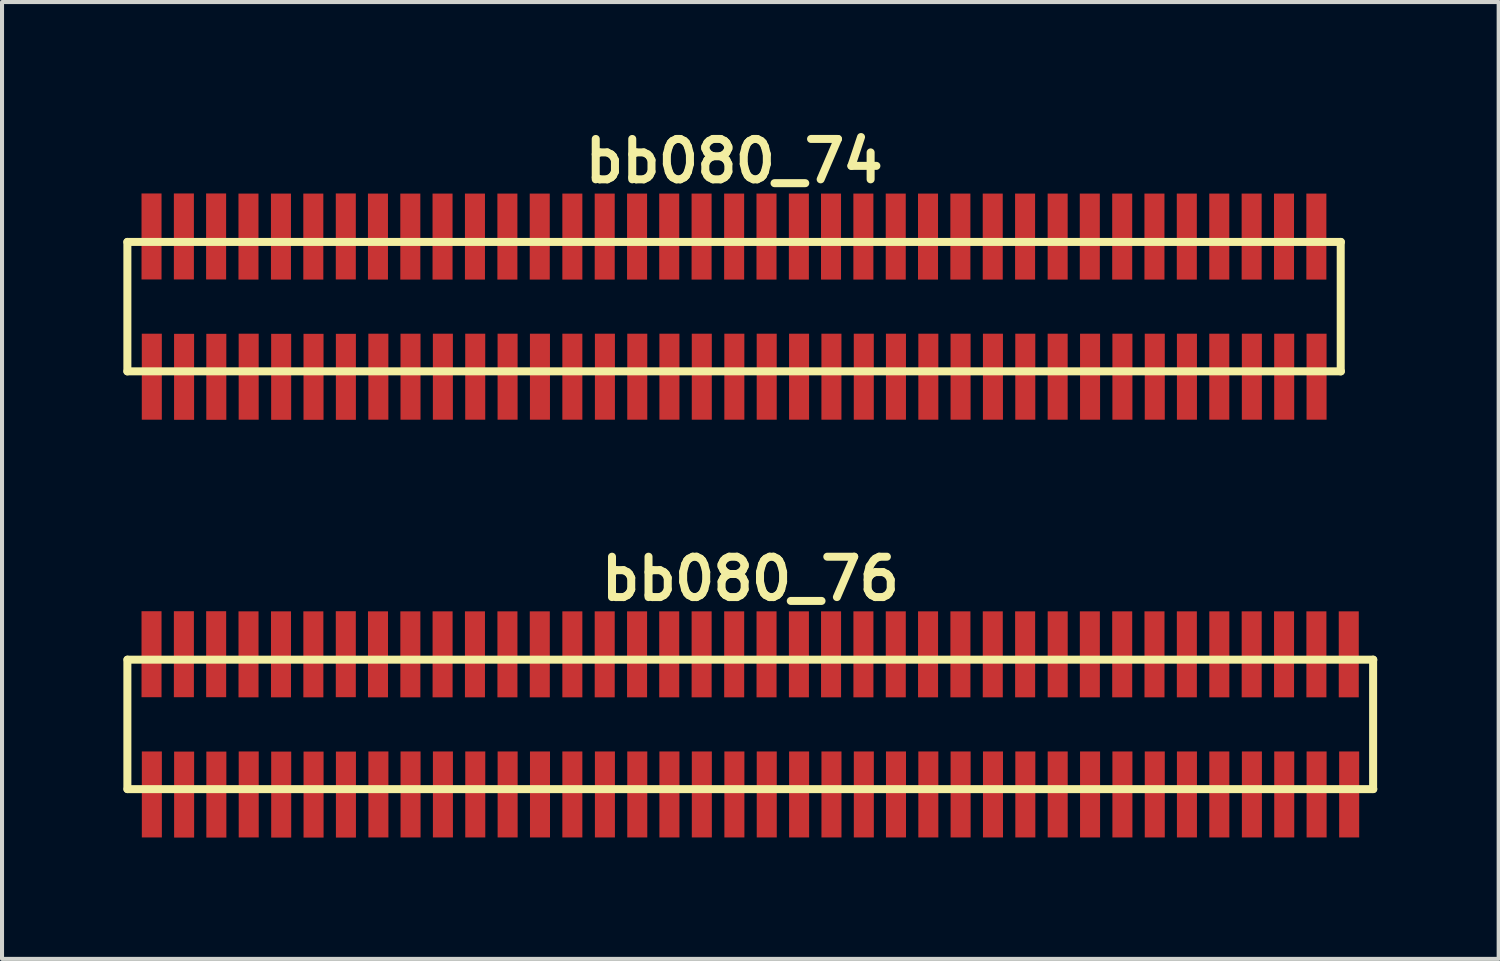
<source format=kicad_pcb>
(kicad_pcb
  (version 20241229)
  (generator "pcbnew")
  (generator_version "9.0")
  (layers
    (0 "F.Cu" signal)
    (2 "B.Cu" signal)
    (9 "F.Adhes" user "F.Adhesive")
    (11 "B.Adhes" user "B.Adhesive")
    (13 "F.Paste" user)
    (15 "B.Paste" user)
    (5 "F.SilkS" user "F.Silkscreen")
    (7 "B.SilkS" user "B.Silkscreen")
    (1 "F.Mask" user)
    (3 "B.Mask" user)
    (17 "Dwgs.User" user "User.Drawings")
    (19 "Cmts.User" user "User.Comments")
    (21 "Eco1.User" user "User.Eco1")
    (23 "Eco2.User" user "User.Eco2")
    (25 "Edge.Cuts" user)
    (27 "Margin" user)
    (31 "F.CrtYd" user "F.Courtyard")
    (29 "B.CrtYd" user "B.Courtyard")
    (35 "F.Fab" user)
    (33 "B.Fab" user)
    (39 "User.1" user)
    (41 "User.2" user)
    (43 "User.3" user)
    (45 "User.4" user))
  (footprint "bb080_76"
    (layer "F.Cu")
    (at 15.502 14.859)
    (property "Reference" "bb080_76" (at 0 -3.599 0) (layer "F.SilkS") (effects (font (size 0.998 0.998) (thickness 0.198))))
    (attr smd)
    (fp_line (start -15.403 -1.6) (end -15.403 1.6) (stroke (width 0.198) (type solid)) (layer "F.SilkS"))
    (fp_line (start -15.4 1.6) (end 15.4 1.6) (stroke (width 0.198) (type solid)) (layer "F.SilkS"))
    (fp_line (start 15.395 1.6) (end 15.395 -1.6) (stroke (width 0.198) (type solid)) (layer "F.SilkS"))
    (fp_line (start 15.4 -1.6) (end -15.4 -1.6) (stroke (width 0.198) (type solid)) (layer "F.SilkS"))
    (pad "1" smd rect (at -14.798 1.732) (size 0.495 2.126) (layers "F.Cu" "F.Mask" "F.Paste"))
    (pad "2" smd rect (at -14.806 -1.735) (size 0.495 2.126) (layers "F.Cu" "F.Mask" "F.Paste"))
    (pad "3" smd rect (at -14 1.735) (size 0.495 2.126) (layers "F.Cu" "F.Mask" "F.Paste"))
    (pad "4" smd rect (at -14.006 -1.735) (size 0.495 2.126) (layers "F.Cu" "F.Mask" "F.Paste"))
    (pad "5" smd rect (at -13.203 1.735) (size 0.495 2.126) (layers "F.Cu" "F.Mask" "F.Paste"))
    (pad "6" smd rect (at -13.208 -1.735) (size 0.495 2.126) (layers "F.Cu" "F.Mask" "F.Paste"))
    (pad "7" smd rect (at -12.403 1.732) (size 0.495 2.126) (layers "F.Cu" "F.Mask" "F.Paste"))
    (pad "8" smd rect (at -12.408 -1.732) (size 0.495 2.126) (layers "F.Cu" "F.Mask" "F.Paste"))
    (pad "9" smd rect (at -11.6 1.735) (size 0.495 2.126) (layers "F.Cu" "F.Mask" "F.Paste"))
    (pad "10" smd rect (at -11.605 -1.732) (size 0.495 2.126) (layers "F.Cu" "F.Mask" "F.Paste"))
    (pad "11" smd rect (at -10.8 1.735) (size 0.495 2.126) (layers "F.Cu" "F.Mask" "F.Paste"))
    (pad "12" smd rect (at -10.805 -1.732) (size 0.495 2.126) (layers "F.Cu" "F.Mask" "F.Paste"))
    (pad "13" smd rect (at -10 1.735) (size 0.495 2.126) (layers "F.Cu" "F.Mask" "F.Paste"))
    (pad "14" smd rect (at -10.003 -1.735) (size 0.495 2.126) (layers "F.Cu" "F.Mask" "F.Paste"))
    (pad "15" smd rect (at -9.197 1.732) (size 0.495 2.126) (layers "F.Cu" "F.Mask" "F.Paste"))
    (pad "16" smd rect (at -9.207 -1.732) (size 0.495 2.126) (layers "F.Cu" "F.Mask" "F.Paste"))
    (pad "17" smd rect (at -8.402 1.732) (size 0.495 2.126) (layers "F.Cu" "F.Mask" "F.Paste"))
    (pad "18" smd rect (at -8.407 -1.732) (size 0.495 2.126) (layers "F.Cu" "F.Mask" "F.Paste"))
    (pad "19" smd rect (at -7.602 1.732) (size 0.495 2.126) (layers "F.Cu" "F.Mask" "F.Paste"))
    (pad "20" smd rect (at -7.61 -1.732) (size 0.495 2.126) (layers "F.Cu" "F.Mask" "F.Paste"))
    (pad "21" smd rect (at -6.802 1.732) (size 0.495 2.126) (layers "F.Cu" "F.Mask" "F.Paste"))
    (pad "22" smd rect (at -6.81 -1.732) (size 0.495 2.126) (layers "F.Cu" "F.Mask" "F.Paste"))
    (pad "23" smd rect (at -6.002 1.732) (size 0.495 2.126) (layers "F.Cu" "F.Mask" "F.Paste"))
    (pad "24" smd rect (at -6.007 -1.732) (size 0.495 2.126) (layers "F.Cu" "F.Mask" "F.Paste"))
    (pad "25" smd rect (at -5.202 1.732) (size 0.495 2.126) (layers "F.Cu" "F.Mask" "F.Paste"))
    (pad "26" smd rect (at -5.207 -1.732) (size 0.495 2.126) (layers "F.Cu" "F.Mask" "F.Paste"))
    (pad "27" smd rect (at -4.402 1.732) (size 0.495 2.126) (layers "F.Cu" "F.Mask" "F.Paste"))
    (pad "28" smd rect (at -4.402 -1.732) (size 0.495 2.126) (layers "F.Cu" "F.Mask" "F.Paste"))
    (pad "29" smd rect (at -3.597 1.732) (size 0.495 2.126) (layers "F.Cu" "F.Mask" "F.Paste"))
    (pad "30" smd rect (at -3.602 -1.732) (size 0.495 2.126) (layers "F.Cu" "F.Mask" "F.Paste"))
    (pad "31" smd rect (at -2.797 1.732) (size 0.495 2.126) (layers "F.Cu" "F.Mask" "F.Paste"))
    (pad "32" smd rect (at -2.802 -1.732) (size 0.495 2.126) (layers "F.Cu" "F.Mask" "F.Paste"))
    (pad "33" smd rect (at -2.002 1.732) (size 0.495 2.126) (layers "F.Cu" "F.Mask" "F.Paste"))
    (pad "34" smd rect (at -2.007 -1.732) (size 0.495 2.126) (layers "F.Cu" "F.Mask" "F.Paste"))
    (pad "35" smd rect (at -1.201 1.732) (size 0.495 2.126) (layers "F.Cu" "F.Mask" "F.Paste"))
    (pad "36" smd rect (at -1.206 -1.732) (size 0.495 2.126) (layers "F.Cu" "F.Mask" "F.Paste"))
    (pad "37" smd rect (at -0.396 1.732) (size 0.495 2.126) (layers "F.Cu" "F.Mask" "F.Paste"))
    (pad "38" smd rect (at -0.401 -1.732) (size 0.495 2.126) (layers "F.Cu" "F.Mask" "F.Paste"))
    (pad "39" smd rect (at 0.404 1.732) (size 0.495 2.126) (layers "F.Cu" "F.Mask" "F.Paste"))
    (pad "40" smd rect (at 0.399 -1.732) (size 0.495 2.126) (layers "F.Cu" "F.Mask" "F.Paste"))
    (pad "41" smd rect (at 1.204 1.732) (size 0.495 2.126) (layers "F.Cu" "F.Mask" "F.Paste"))
    (pad "42" smd rect (at 1.199 -1.732) (size 0.495 2.126) (layers "F.Cu" "F.Mask" "F.Paste"))
    (pad "43" smd rect (at 2.004 1.732) (size 0.495 2.126) (layers "F.Cu" "F.Mask" "F.Paste"))
    (pad "44" smd rect (at 1.994 -1.732) (size 0.495 2.126) (layers "F.Cu" "F.Mask" "F.Paste"))
    (pad "45" smd rect (at 2.804 1.732) (size 0.495 2.126) (layers "F.Cu" "F.Mask" "F.Paste"))
    (pad "46" smd rect (at 2.794 -1.732) (size 0.495 2.126) (layers "F.Cu" "F.Mask" "F.Paste"))
    (pad "47" smd rect (at 3.599 1.732) (size 0.495 2.126) (layers "F.Cu" "F.Mask" "F.Paste"))
    (pad "48" smd rect (at 3.594 -1.732) (size 0.495 2.126) (layers "F.Cu" "F.Mask" "F.Paste"))
    (pad "49" smd rect (at 4.399 1.732) (size 0.495 2.126) (layers "F.Cu" "F.Mask" "F.Paste"))
    (pad "50" smd rect (at 4.392 -1.732) (size 0.495 2.126) (layers "F.Cu" "F.Mask" "F.Paste"))
    (pad "51" smd rect (at 5.197 1.732) (size 0.495 2.126) (layers "F.Cu" "F.Mask" "F.Paste"))
    (pad "52" smd rect (at 5.192 -1.732) (size 0.495 2.126) (layers "F.Cu" "F.Mask" "F.Paste"))
    (pad "53" smd rect (at 5.997 1.732) (size 0.495 2.126) (layers "F.Cu" "F.Mask" "F.Paste"))
    (pad "54" smd rect (at 5.992 -1.732) (size 0.495 2.126) (layers "F.Cu" "F.Mask" "F.Paste"))
    (pad "55" smd rect (at 6.797 1.732) (size 0.495 2.126) (layers "F.Cu" "F.Mask" "F.Paste"))
    (pad "56" smd rect (at 6.792 -1.732) (size 0.495 2.126) (layers "F.Cu" "F.Mask" "F.Paste"))
    (pad "57" smd rect (at 7.597 1.732) (size 0.495 2.126) (layers "F.Cu" "F.Mask" "F.Paste"))
    (pad "58" smd rect (at 7.597 -1.732) (size 0.495 2.126) (layers "F.Cu" "F.Mask" "F.Paste"))
    (pad "59" smd rect (at 8.397 1.732) (size 0.495 2.126) (layers "F.Cu" "F.Mask" "F.Paste"))
    (pad "60" smd rect (at 8.392 -1.732) (size 0.495 2.126) (layers "F.Cu" "F.Mask" "F.Paste"))
    (pad "61" smd rect (at 9.197 1.732) (size 0.495 2.126) (layers "F.Cu" "F.Mask" "F.Paste"))
    (pad "62" smd rect (at 9.192 -1.732) (size 0.495 2.126) (layers "F.Cu" "F.Mask" "F.Paste"))
    (pad "63" smd rect (at 9.997 1.732) (size 0.495 2.126) (layers "F.Cu" "F.Mask" "F.Paste"))
    (pad "64" smd rect (at 9.99 -1.732) (size 0.495 2.126) (layers "F.Cu" "F.Mask" "F.Paste"))
    (pad "65" smd rect (at 10.792 1.732) (size 0.495 2.126) (layers "F.Cu" "F.Mask" "F.Paste"))
    (pad "66" smd rect (at 10.79 -1.732) (size 0.495 2.126) (layers "F.Cu" "F.Mask" "F.Paste"))
    (pad "67" smd rect (at 11.593 1.732) (size 0.495 2.126) (layers "F.Cu" "F.Mask" "F.Paste"))
    (pad "68" smd rect (at 11.593 -1.732) (size 0.495 2.126) (layers "F.Cu" "F.Mask" "F.Paste"))
    (pad "69" smd rect (at 12.398 1.732) (size 0.495 2.126) (layers "F.Cu" "F.Mask" "F.Paste"))
    (pad "70" smd rect (at 12.393 -1.732) (size 0.495 2.126) (layers "F.Cu" "F.Mask" "F.Paste"))
    (pad "71" smd rect (at 13.198 1.732) (size 0.495 2.126) (layers "F.Cu" "F.Mask" "F.Paste"))
    (pad "72" smd rect (at 13.193 -1.732) (size 0.495 2.126) (layers "F.Cu" "F.Mask" "F.Paste"))
    (pad "73" smd rect (at 13.998 1.732) (size 0.495 2.126) (layers "F.Cu" "F.Mask" "F.Paste"))
    (pad "74" smd rect (at 13.993 -1.732) (size 0.495 2.126) (layers "F.Cu" "F.Mask" "F.Paste"))
    (pad "75" smd rect (at 14.803 1.732) (size 0.495 2.126) (layers "F.Cu" "F.Mask" "F.Paste"))
    (pad "76" smd rect (at 14.793 -1.732) (size 0.495 2.126) (layers "F.Cu" "F.Mask" "F.Paste")))
  (footprint "bb080_74"
    (layer "F.Cu")
    (at 15.1 4.531)
    (property "Reference" "bb080_74" (at 0 -3.599 0) (layer "F.SilkS") (effects (font (size 0.998 0.998) (thickness 0.198))))
    (attr smd)
    (fp_line (start -15.001 -1.6) (end -15.001 1.6) (stroke (width 0.198) (type solid)) (layer "F.SilkS"))
    (fp_line (start -15.001 -1.6) (end 15.001 -1.6) (stroke (width 0.198) (type solid)) (layer "F.SilkS"))
    (fp_line (start 14.996 1.6) (end 14.996 -1.6) (stroke (width 0.198) (type solid)) (layer "F.SilkS"))
    (fp_line (start 15.001 1.6) (end -15.001 1.6) (stroke (width 0.198) (type solid)) (layer "F.SilkS"))
    (pad "1" smd rect (at -14.397 1.732) (size 0.495 2.126) (layers "F.Cu" "F.Mask" "F.Paste"))
    (pad "2" smd rect (at -14.404 -1.735) (size 0.495 2.126) (layers "F.Cu" "F.Mask" "F.Paste"))
    (pad "3" smd rect (at -13.599 1.735) (size 0.495 2.126) (layers "F.Cu" "F.Mask" "F.Paste"))
    (pad "4" smd rect (at -13.604 -1.735) (size 0.495 2.126) (layers "F.Cu" "F.Mask" "F.Paste"))
    (pad "5" smd rect (at -12.802 1.735) (size 0.495 2.126) (layers "F.Cu" "F.Mask" "F.Paste"))
    (pad "6" smd rect (at -12.807 -1.735) (size 0.495 2.126) (layers "F.Cu" "F.Mask" "F.Paste"))
    (pad "7" smd rect (at -12.002 1.732) (size 0.495 2.126) (layers "F.Cu" "F.Mask" "F.Paste"))
    (pad "8" smd rect (at -12.007 -1.732) (size 0.495 2.126) (layers "F.Cu" "F.Mask" "F.Paste"))
    (pad "9" smd rect (at -11.199 1.735) (size 0.495 2.126) (layers "F.Cu" "F.Mask" "F.Paste"))
    (pad "10" smd rect (at -11.204 -1.732) (size 0.495 2.126) (layers "F.Cu" "F.Mask" "F.Paste"))
    (pad "11" smd rect (at -10.399 1.735) (size 0.495 2.126) (layers "F.Cu" "F.Mask" "F.Paste"))
    (pad "12" smd rect (at -10.404 -1.732) (size 0.495 2.126) (layers "F.Cu" "F.Mask" "F.Paste"))
    (pad "13" smd rect (at -9.599 1.735) (size 0.495 2.126) (layers "F.Cu" "F.Mask" "F.Paste"))
    (pad "14" smd rect (at -9.601 -1.735) (size 0.495 2.126) (layers "F.Cu" "F.Mask" "F.Paste"))
    (pad "15" smd rect (at -8.796 1.732) (size 0.495 2.126) (layers "F.Cu" "F.Mask" "F.Paste"))
    (pad "16" smd rect (at -8.806 -1.732) (size 0.495 2.126) (layers "F.Cu" "F.Mask" "F.Paste"))
    (pad "17" smd rect (at -8.001 1.732) (size 0.495 2.126) (layers "F.Cu" "F.Mask" "F.Paste"))
    (pad "18" smd rect (at -8.006 -1.732) (size 0.495 2.126) (layers "F.Cu" "F.Mask" "F.Paste"))
    (pad "19" smd rect (at -7.201 1.732) (size 0.495 2.126) (layers "F.Cu" "F.Mask" "F.Paste"))
    (pad "20" smd rect (at -7.209 -1.732) (size 0.495 2.126) (layers "F.Cu" "F.Mask" "F.Paste"))
    (pad "21" smd rect (at -6.401 1.732) (size 0.495 2.126) (layers "F.Cu" "F.Mask" "F.Paste"))
    (pad "22" smd rect (at -6.408 -1.732) (size 0.495 2.126) (layers "F.Cu" "F.Mask" "F.Paste"))
    (pad "23" smd rect (at -5.601 1.732) (size 0.495 2.126) (layers "F.Cu" "F.Mask" "F.Paste"))
    (pad "24" smd rect (at -5.606 -1.732) (size 0.495 2.126) (layers "F.Cu" "F.Mask" "F.Paste"))
    (pad "25" smd rect (at -4.801 1.732) (size 0.495 2.126) (layers "F.Cu" "F.Mask" "F.Paste"))
    (pad "26" smd rect (at -4.806 -1.732) (size 0.495 2.126) (layers "F.Cu" "F.Mask" "F.Paste"))
    (pad "27" smd rect (at -4 1.732) (size 0.495 2.126) (layers "F.Cu" "F.Mask" "F.Paste"))
    (pad "28" smd rect (at -4 -1.732) (size 0.495 2.126) (layers "F.Cu" "F.Mask" "F.Paste"))
    (pad "29" smd rect (at -3.195 1.732) (size 0.495 2.126) (layers "F.Cu" "F.Mask" "F.Paste"))
    (pad "30" smd rect (at -3.2 -1.732) (size 0.495 2.126) (layers "F.Cu" "F.Mask" "F.Paste"))
    (pad "31" smd rect (at -2.395 1.732) (size 0.495 2.126) (layers "F.Cu" "F.Mask" "F.Paste"))
    (pad "32" smd rect (at -2.4 -1.732) (size 0.495 2.126) (layers "F.Cu" "F.Mask" "F.Paste"))
    (pad "33" smd rect (at -1.6 1.732) (size 0.495 2.126) (layers "F.Cu" "F.Mask" "F.Paste"))
    (pad "34" smd rect (at -1.605 -1.732) (size 0.495 2.126) (layers "F.Cu" "F.Mask" "F.Paste"))
    (pad "35" smd rect (at -0.8 1.732) (size 0.495 2.126) (layers "F.Cu" "F.Mask" "F.Paste"))
    (pad "36" smd rect (at -0.805 -1.732) (size 0.495 2.126) (layers "F.Cu" "F.Mask" "F.Paste"))
    (pad "37" smd rect (at 0.005 1.732) (size 0.495 2.126) (layers "F.Cu" "F.Mask" "F.Paste"))
    (pad "38" smd rect (at 0 -1.732) (size 0.495 2.126) (layers "F.Cu" "F.Mask" "F.Paste"))
    (pad "39" smd rect (at 0.805 1.732) (size 0.495 2.126) (layers "F.Cu" "F.Mask" "F.Paste"))
    (pad "40" smd rect (at 0.8 -1.732) (size 0.495 2.126) (layers "F.Cu" "F.Mask" "F.Paste"))
    (pad "41" smd rect (at 1.605 1.732) (size 0.495 2.126) (layers "F.Cu" "F.Mask" "F.Paste"))
    (pad "42" smd rect (at 1.6 -1.732) (size 0.495 2.126) (layers "F.Cu" "F.Mask" "F.Paste"))
    (pad "43" smd rect (at 2.405 1.732) (size 0.495 2.126) (layers "F.Cu" "F.Mask" "F.Paste"))
    (pad "44" smd rect (at 2.395 -1.732) (size 0.495 2.126) (layers "F.Cu" "F.Mask" "F.Paste"))
    (pad "45" smd rect (at 3.205 1.732) (size 0.495 2.126) (layers "F.Cu" "F.Mask" "F.Paste"))
    (pad "46" smd rect (at 3.195 -1.732) (size 0.495 2.126) (layers "F.Cu" "F.Mask" "F.Paste"))
    (pad "47" smd rect (at 4 1.732) (size 0.495 2.126) (layers "F.Cu" "F.Mask" "F.Paste"))
    (pad "48" smd rect (at 3.995 -1.732) (size 0.495 2.126) (layers "F.Cu" "F.Mask" "F.Paste"))
    (pad "49" smd rect (at 4.801 1.732) (size 0.495 2.126) (layers "F.Cu" "F.Mask" "F.Paste"))
    (pad "50" smd rect (at 4.793 -1.732) (size 0.495 2.126) (layers "F.Cu" "F.Mask" "F.Paste"))
    (pad "51" smd rect (at 5.598 1.732) (size 0.495 2.126) (layers "F.Cu" "F.Mask" "F.Paste"))
    (pad "52" smd rect (at 5.593 -1.732) (size 0.495 2.126) (layers "F.Cu" "F.Mask" "F.Paste"))
    (pad "53" smd rect (at 6.398 1.732) (size 0.495 2.126) (layers "F.Cu" "F.Mask" "F.Paste"))
    (pad "54" smd rect (at 6.393 -1.732) (size 0.495 2.126) (layers "F.Cu" "F.Mask" "F.Paste"))
    (pad "55" smd rect (at 7.198 1.732) (size 0.495 2.126) (layers "F.Cu" "F.Mask" "F.Paste"))
    (pad "56" smd rect (at 7.193 -1.732) (size 0.495 2.126) (layers "F.Cu" "F.Mask" "F.Paste"))
    (pad "57" smd rect (at 7.998 1.732) (size 0.495 2.126) (layers "F.Cu" "F.Mask" "F.Paste"))
    (pad "58" smd rect (at 7.998 -1.732) (size 0.495 2.126) (layers "F.Cu" "F.Mask" "F.Paste"))
    (pad "59" smd rect (at 8.799 1.732) (size 0.495 2.126) (layers "F.Cu" "F.Mask" "F.Paste"))
    (pad "60" smd rect (at 8.793 -1.732) (size 0.495 2.126) (layers "F.Cu" "F.Mask" "F.Paste"))
    (pad "61" smd rect (at 9.599 1.732) (size 0.495 2.126) (layers "F.Cu" "F.Mask" "F.Paste"))
    (pad "62" smd rect (at 9.594 -1.732) (size 0.495 2.126) (layers "F.Cu" "F.Mask" "F.Paste"))
    (pad "63" smd rect (at 10.399 1.732) (size 0.495 2.126) (layers "F.Cu" "F.Mask" "F.Paste"))
    (pad "64" smd rect (at 10.391 -1.732) (size 0.495 2.126) (layers "F.Cu" "F.Mask" "F.Paste"))
    (pad "65" smd rect (at 11.194 1.732) (size 0.495 2.126) (layers "F.Cu" "F.Mask" "F.Paste"))
    (pad "66" smd rect (at 11.191 -1.732) (size 0.495 2.126) (layers "F.Cu" "F.Mask" "F.Paste"))
    (pad "67" smd rect (at 11.994 1.732) (size 0.495 2.126) (layers "F.Cu" "F.Mask" "F.Paste"))
    (pad "68" smd rect (at 11.994 -1.732) (size 0.495 2.126) (layers "F.Cu" "F.Mask" "F.Paste"))
    (pad "69" smd rect (at 12.799 1.732) (size 0.495 2.126) (layers "F.Cu" "F.Mask" "F.Paste"))
    (pad "70" smd rect (at 12.794 -1.732) (size 0.495 2.126) (layers "F.Cu" "F.Mask" "F.Paste"))
    (pad "71" smd rect (at 13.599 1.732) (size 0.495 2.126) (layers "F.Cu" "F.Mask" "F.Paste"))
    (pad "72" smd rect (at 13.594 -1.732) (size 0.495 2.126) (layers "F.Cu" "F.Mask" "F.Paste"))
    (pad "73" smd rect (at 14.399 1.732) (size 0.495 2.126) (layers "F.Cu" "F.Mask" "F.Paste"))
    (pad "74" smd rect (at 14.394 -1.732) (size 0.495 2.126) (layers "F.Cu" "F.Mask" "F.Paste")))
  (gr_rect
    (start -3 -3)
    (end 34.001 20.657)
    (stroke (width 0.1) (type default))
    (fill no)
    (layer "Edge.Cuts")))
</source>
